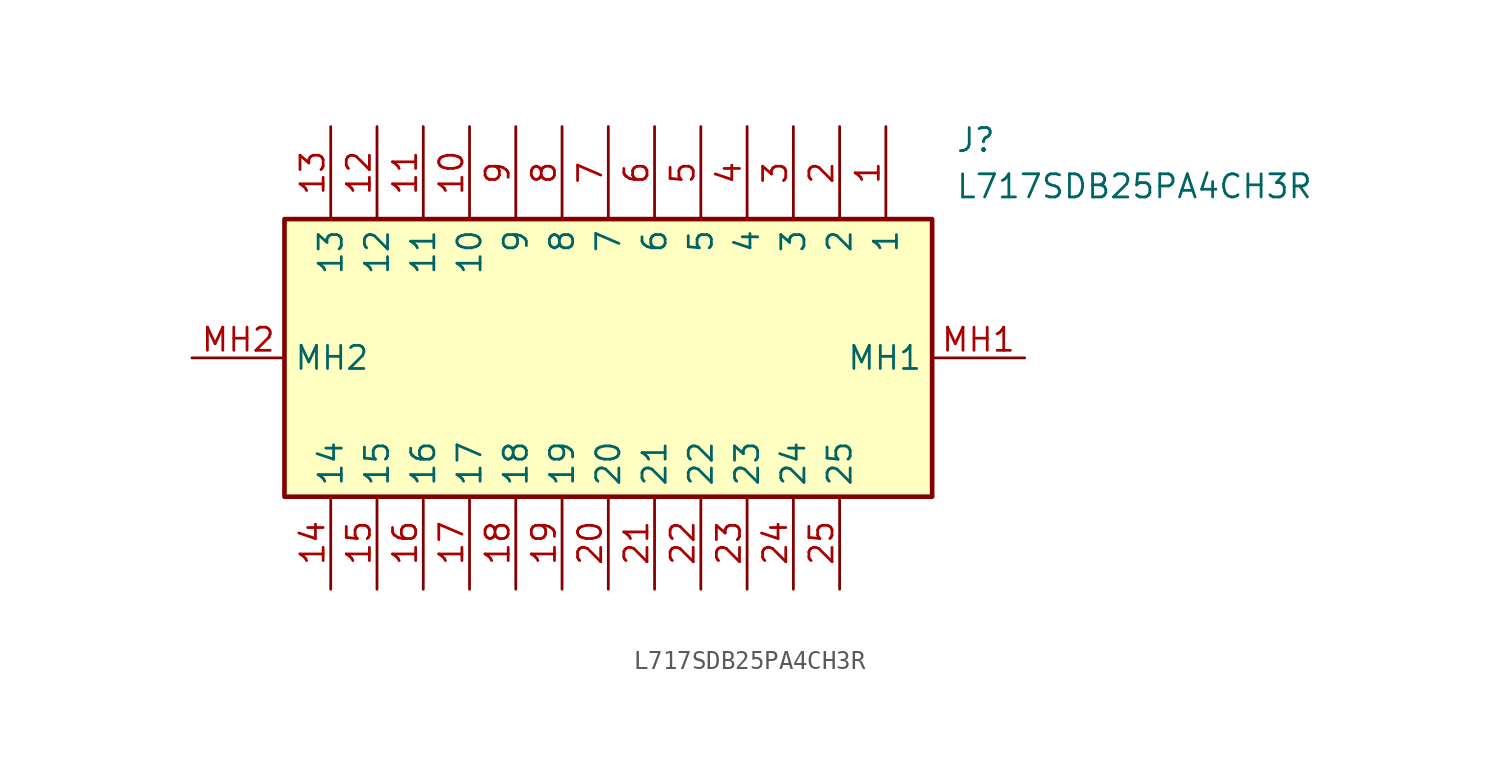
<source format=kicad_sym>
(kicad_symbol_lib
  (version 20211014)
  (generator SamacSys_ECAD_Model)
  (symbol "L717SDB25PA4CH3R"
    (property "Reference" "J"
      (at 41.91 12.7 0)
      (effects (font (size 1.27 1.27)) (justify left top)))
    (property "Value" "L717SDB25PA4CH3R"
      (at 41.91 10.16 0)
      (effects (font (size 1.27 1.27)) (justify left top)))
    (rectangle
      (start 5.08 7.62)
      (end 40.64 -7.62)
      (stroke (width 0.254) (type default))
      (fill (type background)))
    (pin passive line
      (at 38.1 12.7 270)
      (length 5.08)
      (name "1" (effects (font (size 1.27 1.27))))
      (number "1" (effects (font (size 1.27 1.27)))))
    (pin passive line
      (at 35.56 12.7 270)
      (length 5.08)
      (name "2" (effects (font (size 1.27 1.27))))
      (number "2" (effects (font (size 1.27 1.27)))))
    (pin passive line
      (at 33.02 12.7 270)
      (length 5.08)
      (name "3" (effects (font (size 1.27 1.27))))
      (number "3" (effects (font (size 1.27 1.27)))))
    (pin passive line
      (at 30.48 12.7 270)
      (length 5.08)
      (name "4" (effects (font (size 1.27 1.27))))
      (number "4" (effects (font (size 1.27 1.27)))))
    (pin passive line
      (at 27.94 12.7 270)
      (length 5.08)
      (name "5" (effects (font (size 1.27 1.27))))
      (number "5" (effects (font (size 1.27 1.27)))))
    (pin passive line
      (at 25.4 12.7 270)
      (length 5.08)
      (name "6" (effects (font (size 1.27 1.27))))
      (number "6" (effects (font (size 1.27 1.27)))))
    (pin passive line
      (at 22.86 12.7 270)
      (length 5.08)
      (name "7" (effects (font (size 1.27 1.27))))
      (number "7" (effects (font (size 1.27 1.27)))))
    (pin passive line
      (at 20.32 12.7 270)
      (length 5.08)
      (name "8" (effects (font (size 1.27 1.27))))
      (number "8" (effects (font (size 1.27 1.27)))))
    (pin passive line
      (at 17.78 12.7 270)
      (length 5.08)
      (name "9" (effects (font (size 1.27 1.27))))
      (number "9" (effects (font (size 1.27 1.27)))))
    (pin passive line
      (at 15.24 12.7 270)
      (length 5.08)
      (name "10" (effects (font (size 1.27 1.27))))
      (number "10" (effects (font (size 1.27 1.27)))))
    (pin passive line
      (at 12.7 12.7 270)
      (length 5.08)
      (name "11" (effects (font (size 1.27 1.27))))
      (number "11" (effects (font (size 1.27 1.27)))))
    (pin passive line
      (at 10.16 12.7 270)
      (length 5.08)
      (name "12" (effects (font (size 1.27 1.27))))
      (number "12" (effects (font (size 1.27 1.27)))))
    (pin passive line
      (at 7.62 12.7 270)
      (length 5.08)
      (name "13" (effects (font (size 1.27 1.27))))
      (number "13" (effects (font (size 1.27 1.27)))))
    (pin passive line
      (at 7.62 -12.7 90)
      (length 5.08)
      (name "14" (effects (font (size 1.27 1.27))))
      (number "14" (effects (font (size 1.27 1.27)))))
    (pin passive line
      (at 10.16 -12.7 90)
      (length 5.08)
      (name "15" (effects (font (size 1.27 1.27))))
      (number "15" (effects (font (size 1.27 1.27)))))
    (pin passive line
      (at 12.7 -12.7 90)
      (length 5.08)
      (name "16" (effects (font (size 1.27 1.27))))
      (number "16" (effects (font (size 1.27 1.27)))))
    (pin passive line
      (at 15.24 -12.7 90)
      (length 5.08)
      (name "17" (effects (font (size 1.27 1.27))))
      (number "17" (effects (font (size 1.27 1.27)))))
    (pin passive line
      (at 17.78 -12.7 90)
      (length 5.08)
      (name "18" (effects (font (size 1.27 1.27))))
      (number "18" (effects (font (size 1.27 1.27)))))
    (pin passive line
      (at 20.32 -12.7 90)
      (length 5.08)
      (name "19" (effects (font (size 1.27 1.27))))
      (number "19" (effects (font (size 1.27 1.27)))))
    (pin passive line
      (at 22.86 -12.7 90)
      (length 5.08)
      (name "20" (effects (font (size 1.27 1.27))))
      (number "20" (effects (font (size 1.27 1.27)))))
    (pin passive line
      (at 25.4 -12.7 90)
      (length 5.08)
      (name "21" (effects (font (size 1.27 1.27))))
      (number "21" (effects (font (size 1.27 1.27)))))
    (pin passive line
      (at 27.94 -12.7 90)
      (length 5.08)
      (name "22" (effects (font (size 1.27 1.27))))
      (number "22" (effects (font (size 1.27 1.27)))))
    (pin passive line
      (at 30.48 -12.7 90)
      (length 5.08)
      (name "23" (effects (font (size 1.27 1.27))))
      (number "23" (effects (font (size 1.27 1.27)))))
    (pin passive line
      (at 33.02 -12.7 90)
      (length 5.08)
      (name "24" (effects (font (size 1.27 1.27))))
      (number "24" (effects (font (size 1.27 1.27)))))
    (pin passive line
      (at 35.56 -12.7 90)
      (length 5.08)
      (name "25" (effects (font (size 1.27 1.27))))
      (number "25" (effects (font (size 1.27 1.27)))))
    (pin passive line
      (at 45.72 0 180)
      (length 5.08)
      (name "MH1" (effects (font (size 1.27 1.27))))
      (number "MH1" (effects (font (size 1.27 1.27)))))
    (pin passive line
      (at 0 0 0)
      (length 5.08)
      (name "MH2" (effects (font (size 1.27 1.27))))
      (number "MH2" (effects (font (size 1.27 1.27)))))))
</source>
